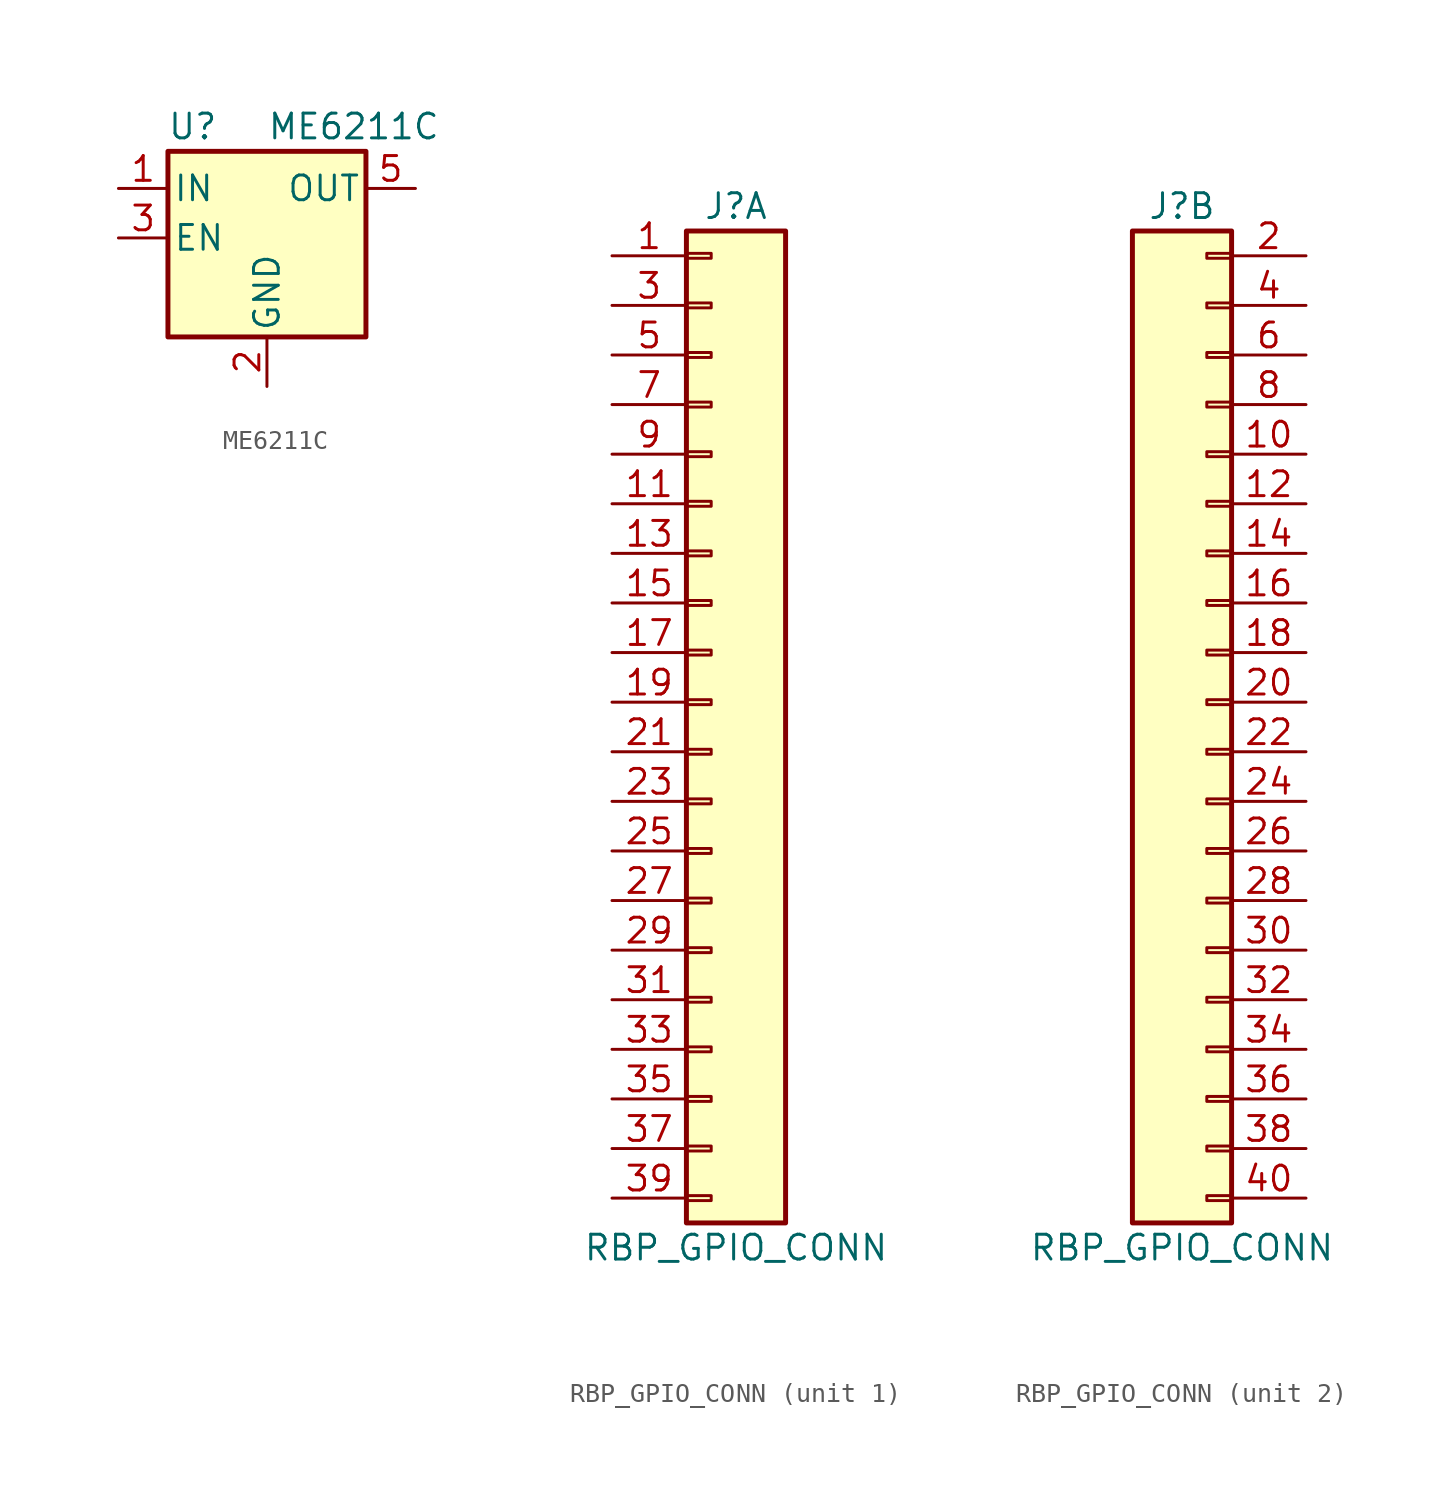
<source format=kicad_sym>
(kicad_symbol_lib
  (version 20211014)
  (generator kicad_symbol_editor)
  (symbol "ME6211C"
    (pin_names
      (offset 0.254))
    (property "Reference" "U"
      (at -3.81 5.715 0)
      (effects (font (size 1.27 1.27))))
    (property "Value" "ME6211C"
      (at 0 5.715 0)
      (effects (font (size 1.27 1.27)) (justify left)))
    (symbol "ME6211C_0_1"
      (rectangle (start -5.08 4.445) (end 5.08 -5.08) (stroke (width 0.254) (type default) (color 0 0 0 0)) (fill (type background))))
    (symbol "ME6211C_1_1"
      (pin power_in line (at -7.62 2.54 0) (length 2.54) (name "IN" (effects (font (size 1.27 1.27)))) (number "1" (effects (font (size 1.27 1.27)))))
      (pin power_in line (at 0 -7.62 90) (length 2.54) (name "GND" (effects (font (size 1.27 1.27)))) (number "2" (effects (font (size 1.27 1.27)))))
      (pin input line (at -7.62 0 0) (length 2.54) (name "EN" (effects (font (size 1.27 1.27)))) (number "3" (effects (font (size 1.27 1.27)))))
      (pin no_connect line (at 5.08 0 180) (length 2.54) hide (name "NC" (effects (font (size 1.27 1.27)))) (number "4" (effects (font (size 1.27 1.27)))))
      (pin power_out line (at 7.62 2.54 180) (length 2.54) (name "OUT" (effects (font (size 1.27 1.27)))) (number "5" (effects (font (size 1.27 1.27)))))))
  (symbol "RBP_GPIO_CONN"
    (pin_names
      (offset 1.016) hide)
    (property "Reference" "J"
      (at 1.27 25.4 0)
      (effects (font (size 1.27 1.27))))
    (property "Value" "RBP_GPIO_CONN"
      (at 1.27 -27.94 0)
      (effects (font (size 1.27 1.27))))
    (property "ki_locked" ""
      (at 0 0 0)
      (effects (font (size 1.27 1.27))))
    (symbol "RBP_GPIO_CONN_1_1"
      (rectangle (start -1.27 -25.273) (end 0 -25.527) (stroke (width 0.152) (type default) (color 0 0 0 0)) (fill (type none)))
      (rectangle (start -1.27 -22.733) (end 0 -22.987) (stroke (width 0.152) (type default) (color 0 0 0 0)) (fill (type none)))
      (rectangle (start -1.27 -20.193) (end 0 -20.447) (stroke (width 0.152) (type default) (color 0 0 0 0)) (fill (type none)))
      (rectangle (start -1.27 -17.653) (end 0 -17.907) (stroke (width 0.152) (type default) (color 0 0 0 0)) (fill (type none)))
      (rectangle (start -1.27 -15.113) (end 0 -15.367) (stroke (width 0.152) (type default) (color 0 0 0 0)) (fill (type none)))
      (rectangle (start -1.27 -12.573) (end 0 -12.827) (stroke (width 0.152) (type default) (color 0 0 0 0)) (fill (type none)))
      (rectangle (start -1.27 -10.033) (end 0 -10.287) (stroke (width 0.152) (type default) (color 0 0 0 0)) (fill (type none)))
      (rectangle (start -1.27 -7.493) (end 0 -7.747) (stroke (width 0.152) (type default) (color 0 0 0 0)) (fill (type none)))
      (rectangle (start -1.27 -4.953) (end 0 -5.207) (stroke (width 0.152) (type default) (color 0 0 0 0)) (fill (type none)))
      (rectangle (start -1.27 -2.413) (end 0 -2.667) (stroke (width 0.152) (type default) (color 0 0 0 0)) (fill (type none)))
      (rectangle (start -1.27 0.127) (end 0 -0.127) (stroke (width 0.152) (type default) (color 0 0 0 0)) (fill (type none)))
      (rectangle (start -1.27 2.667) (end 0 2.413) (stroke (width 0.152) (type default) (color 0 0 0 0)) (fill (type none)))
      (rectangle (start -1.27 5.207) (end 0 4.953) (stroke (width 0.152) (type default) (color 0 0 0 0)) (fill (type none)))
      (rectangle (start -1.27 7.747) (end 0 7.493) (stroke (width 0.152) (type default) (color 0 0 0 0)) (fill (type none)))
      (rectangle (start -1.27 10.287) (end 0 10.033) (stroke (width 0.152) (type default) (color 0 0 0 0)) (fill (type none)))
      (rectangle (start -1.27 12.827) (end 0 12.573) (stroke (width 0.152) (type default) (color 0 0 0 0)) (fill (type none)))
      (rectangle (start -1.27 15.367) (end 0 15.113) (stroke (width 0.152) (type default) (color 0 0 0 0)) (fill (type none)))
      (rectangle (start -1.27 17.907) (end 0 17.653) (stroke (width 0.152) (type default) (color 0 0 0 0)) (fill (type none)))
      (rectangle (start -1.27 20.447) (end 0 20.193) (stroke (width 0.152) (type default) (color 0 0 0 0)) (fill (type none)))
      (rectangle (start -1.27 22.987) (end 0 22.733) (stroke (width 0.152) (type default) (color 0 0 0 0)) (fill (type none)))
      (rectangle (start -1.27 24.13) (end 3.81 -26.67) (stroke (width 0.254) (type default) (color 0 0 0 0)) (fill (type background)))
      (pin passive line (at -5.08 22.86 0) (length 3.81) (name "Pin_1" (effects (font (size 1.27 1.27)))) (number "1" (effects (font (size 1.27 1.27)))))
      (pin passive line (at -5.08 10.16 0) (length 3.81) (name "Pin_11" (effects (font (size 1.27 1.27)))) (number "11" (effects (font (size 1.27 1.27)))))
      (pin passive line (at -5.08 7.62 0) (length 3.81) (name "Pin_13" (effects (font (size 1.27 1.27)))) (number "13" (effects (font (size 1.27 1.27)))))
      (pin passive line (at -5.08 5.08 0) (length 3.81) (name "Pin_15" (effects (font (size 1.27 1.27)))) (number "15" (effects (font (size 1.27 1.27)))))
      (pin passive line (at -5.08 2.54 0) (length 3.81) (name "Pin_17" (effects (font (size 1.27 1.27)))) (number "17" (effects (font (size 1.27 1.27)))))
      (pin passive line (at -5.08 0 0) (length 3.81) (name "Pin_19" (effects (font (size 1.27 1.27)))) (number "19" (effects (font (size 1.27 1.27)))))
      (pin passive line (at -5.08 -2.54 0) (length 3.81) (name "Pin_21" (effects (font (size 1.27 1.27)))) (number "21" (effects (font (size 1.27 1.27)))))
      (pin passive line (at -5.08 -5.08 0) (length 3.81) (name "Pin_23" (effects (font (size 1.27 1.27)))) (number "23" (effects (font (size 1.27 1.27)))))
      (pin passive line (at -5.08 -7.62 0) (length 3.81) (name "Pin_25" (effects (font (size 1.27 1.27)))) (number "25" (effects (font (size 1.27 1.27)))))
      (pin passive line (at -5.08 -10.16 0) (length 3.81) (name "Pin_27" (effects (font (size 1.27 1.27)))) (number "27" (effects (font (size 1.27 1.27)))))
      (pin passive line (at -5.08 -12.7 0) (length 3.81) (name "Pin_29" (effects (font (size 1.27 1.27)))) (number "29" (effects (font (size 1.27 1.27)))))
      (pin passive line (at -5.08 20.32 0) (length 3.81) (name "Pin_3" (effects (font (size 1.27 1.27)))) (number "3" (effects (font (size 1.27 1.27)))))
      (pin passive line (at -5.08 -15.24 0) (length 3.81) (name "Pin_31" (effects (font (size 1.27 1.27)))) (number "31" (effects (font (size 1.27 1.27)))))
      (pin passive line (at -5.08 -17.78 0) (length 3.81) (name "Pin_33" (effects (font (size 1.27 1.27)))) (number "33" (effects (font (size 1.27 1.27)))))
      (pin passive line (at -5.08 -20.32 0) (length 3.81) (name "Pin_35" (effects (font (size 1.27 1.27)))) (number "35" (effects (font (size 1.27 1.27)))))
      (pin passive line (at -5.08 -22.86 0) (length 3.81) (name "Pin_37" (effects (font (size 1.27 1.27)))) (number "37" (effects (font (size 1.27 1.27)))))
      (pin passive line (at -5.08 -25.4 0) (length 3.81) (name "Pin_39" (effects (font (size 1.27 1.27)))) (number "39" (effects (font (size 1.27 1.27)))))
      (pin passive line (at -5.08 17.78 0) (length 3.81) (name "Pin_5" (effects (font (size 1.27 1.27)))) (number "5" (effects (font (size 1.27 1.27)))))
      (pin passive line (at -5.08 15.24 0) (length 3.81) (name "Pin_7" (effects (font (size 1.27 1.27)))) (number "7" (effects (font (size 1.27 1.27)))))
      (pin passive line (at -5.08 12.7 0) (length 3.81) (name "Pin_9" (effects (font (size 1.27 1.27)))) (number "9" (effects (font (size 1.27 1.27))))))
    (symbol "RBP_GPIO_CONN_2_1"
      (rectangle (start -1.27 24.13) (end 3.81 -26.67) (stroke (width 0.254) (type default) (color 0 0 0 0)) (fill (type background)))
      (rectangle (start 3.81 -25.273) (end 2.54 -25.527) (stroke (width 0.152) (type default) (color 0 0 0 0)) (fill (type none)))
      (rectangle (start 3.81 -22.733) (end 2.54 -22.987) (stroke (width 0.152) (type default) (color 0 0 0 0)) (fill (type none)))
      (rectangle (start 3.81 -20.193) (end 2.54 -20.447) (stroke (width 0.152) (type default) (color 0 0 0 0)) (fill (type none)))
      (rectangle (start 3.81 -17.653) (end 2.54 -17.907) (stroke (width 0.152) (type default) (color 0 0 0 0)) (fill (type none)))
      (rectangle (start 3.81 -15.113) (end 2.54 -15.367) (stroke (width 0.152) (type default) (color 0 0 0 0)) (fill (type none)))
      (rectangle (start 3.81 -12.573) (end 2.54 -12.827) (stroke (width 0.152) (type default) (color 0 0 0 0)) (fill (type none)))
      (rectangle (start 3.81 -10.033) (end 2.54 -10.287) (stroke (width 0.152) (type default) (color 0 0 0 0)) (fill (type none)))
      (rectangle (start 3.81 -7.493) (end 2.54 -7.747) (stroke (width 0.152) (type default) (color 0 0 0 0)) (fill (type none)))
      (rectangle (start 3.81 -4.953) (end 2.54 -5.207) (stroke (width 0.152) (type default) (color 0 0 0 0)) (fill (type none)))
      (rectangle (start 3.81 -2.413) (end 2.54 -2.667) (stroke (width 0.152) (type default) (color 0 0 0 0)) (fill (type none)))
      (rectangle (start 3.81 0.127) (end 2.54 -0.127) (stroke (width 0.152) (type default) (color 0 0 0 0)) (fill (type none)))
      (rectangle (start 3.81 2.667) (end 2.54 2.413) (stroke (width 0.152) (type default) (color 0 0 0 0)) (fill (type none)))
      (rectangle (start 3.81 5.207) (end 2.54 4.953) (stroke (width 0.152) (type default) (color 0 0 0 0)) (fill (type none)))
      (rectangle (start 3.81 7.747) (end 2.54 7.493) (stroke (width 0.152) (type default) (color 0 0 0 0)) (fill (type none)))
      (rectangle (start 3.81 10.287) (end 2.54 10.033) (stroke (width 0.152) (type default) (color 0 0 0 0)) (fill (type none)))
      (rectangle (start 3.81 12.827) (end 2.54 12.573) (stroke (width 0.152) (type default) (color 0 0 0 0)) (fill (type none)))
      (rectangle (start 3.81 15.367) (end 2.54 15.113) (stroke (width 0.152) (type default) (color 0 0 0 0)) (fill (type none)))
      (rectangle (start 3.81 17.907) (end 2.54 17.653) (stroke (width 0.152) (type default) (color 0 0 0 0)) (fill (type none)))
      (rectangle (start 3.81 20.447) (end 2.54 20.193) (stroke (width 0.152) (type default) (color 0 0 0 0)) (fill (type none)))
      (rectangle (start 3.81 22.987) (end 2.54 22.733) (stroke (width 0.152) (type default) (color 0 0 0 0)) (fill (type none)))
      (pin passive line (at 7.62 12.7 180) (length 3.81) (name "Pin_10" (effects (font (size 1.27 1.27)))) (number "10" (effects (font (size 1.27 1.27)))))
      (pin passive line (at 7.62 10.16 180) (length 3.81) (name "Pin_12" (effects (font (size 1.27 1.27)))) (number "12" (effects (font (size 1.27 1.27)))))
      (pin passive line (at 7.62 7.62 180) (length 3.81) (name "Pin_14" (effects (font (size 1.27 1.27)))) (number "14" (effects (font (size 1.27 1.27)))))
      (pin passive line (at 7.62 5.08 180) (length 3.81) (name "Pin_16" (effects (font (size 1.27 1.27)))) (number "16" (effects (font (size 1.27 1.27)))))
      (pin passive line (at 7.62 2.54 180) (length 3.81) (name "Pin_18" (effects (font (size 1.27 1.27)))) (number "18" (effects (font (size 1.27 1.27)))))
      (pin passive line (at 7.62 22.86 180) (length 3.81) (name "Pin_2" (effects (font (size 1.27 1.27)))) (number "2" (effects (font (size 1.27 1.27)))))
      (pin passive line (at 7.62 0 180) (length 3.81) (name "Pin_20" (effects (font (size 1.27 1.27)))) (number "20" (effects (font (size 1.27 1.27)))))
      (pin passive line (at 7.62 -2.54 180) (length 3.81) (name "Pin_22" (effects (font (size 1.27 1.27)))) (number "22" (effects (font (size 1.27 1.27)))))
      (pin passive line (at 7.62 -5.08 180) (length 3.81) (name "Pin_24" (effects (font (size 1.27 1.27)))) (number "24" (effects (font (size 1.27 1.27)))))
      (pin passive line (at 7.62 -7.62 180) (length 3.81) (name "Pin_26" (effects (font (size 1.27 1.27)))) (number "26" (effects (font (size 1.27 1.27)))))
      (pin passive line (at 7.62 -10.16 180) (length 3.81) (name "Pin_28" (effects (font (size 1.27 1.27)))) (number "28" (effects (font (size 1.27 1.27)))))
      (pin passive line (at 7.62 -12.7 180) (length 3.81) (name "Pin_30" (effects (font (size 1.27 1.27)))) (number "30" (effects (font (size 1.27 1.27)))))
      (pin passive line (at 7.62 -15.24 180) (length 3.81) (name "Pin_32" (effects (font (size 1.27 1.27)))) (number "32" (effects (font (size 1.27 1.27)))))
      (pin passive line (at 7.62 -17.78 180) (length 3.81) (name "Pin_34" (effects (font (size 1.27 1.27)))) (number "34" (effects (font (size 1.27 1.27)))))
      (pin passive line (at 7.62 -20.32 180) (length 3.81) (name "Pin_36" (effects (font (size 1.27 1.27)))) (number "36" (effects (font (size 1.27 1.27)))))
      (pin passive line (at 7.62 -22.86 180) (length 3.81) (name "Pin_38" (effects (font (size 1.27 1.27)))) (number "38" (effects (font (size 1.27 1.27)))))
      (pin passive line (at 7.62 20.32 180) (length 3.81) (name "Pin_4" (effects (font (size 1.27 1.27)))) (number "4" (effects (font (size 1.27 1.27)))))
      (pin passive line (at 7.62 -25.4 180) (length 3.81) (name "Pin_40" (effects (font (size 1.27 1.27)))) (number "40" (effects (font (size 1.27 1.27)))))
      (pin passive line (at 7.62 17.78 180) (length 3.81) (name "Pin_6" (effects (font (size 1.27 1.27)))) (number "6" (effects (font (size 1.27 1.27)))))
      (pin passive line (at 7.62 15.24 180) (length 3.81) (name "Pin_8" (effects (font (size 1.27 1.27)))) (number "8" (effects (font (size 1.27 1.27))))))))
</source>
